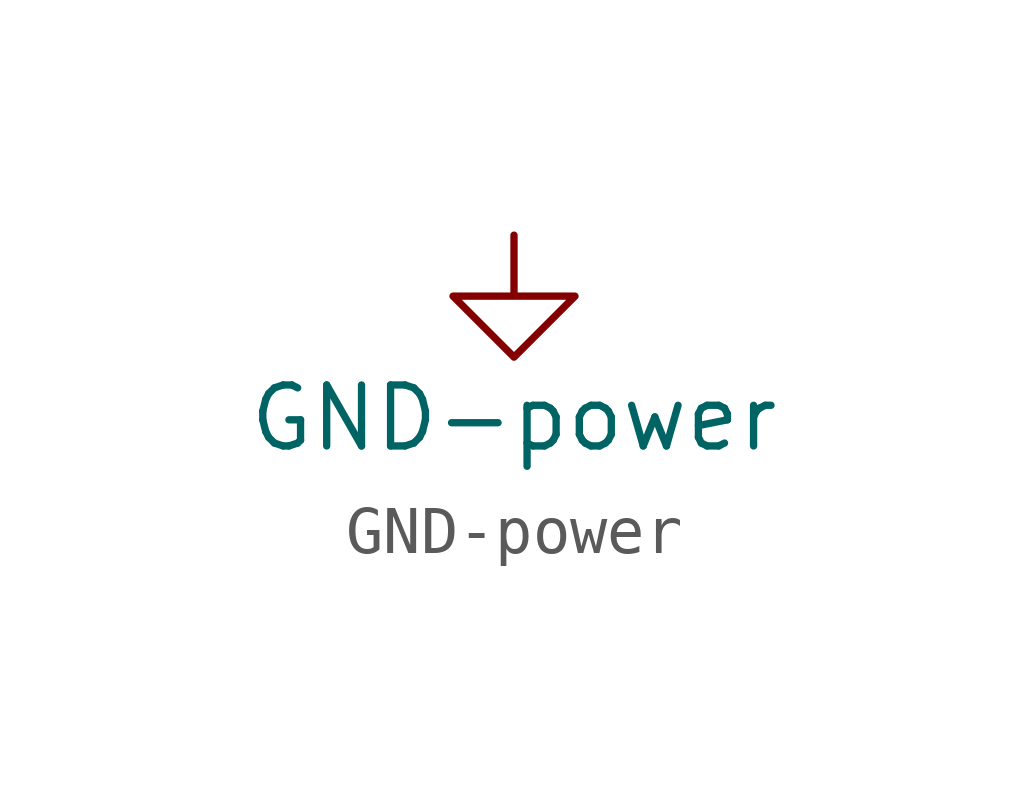
<source format=kicad_sym>
(kicad_symbol_lib
  (version 20200126)
  (host kicad_symbol_editor "(5.99.0-2809-gaceed2b0a4)")
  (symbol "LCD_Board-rescue:GND-power"
    (power)
    (pin_names
      (offset 0))
    (property "Reference" "#PWR"
      (at 0 -6.35 0)
      (effects (font (size 1.27 1.27)) hide))
    (property "Value" "GND-power"
      (at 0 -3.81 0)
      (effects (font (size 1.27 1.27))))
    (symbol "GND-power_0_1"
      (polyline (pts (xy 0 0) (xy 0 -1.27) (xy 1.27 -1.27) (xy 0 -2.54) (xy -1.27 -1.27) (xy 0 -1.27)) (stroke (width 0)) (fill (type none))))
    (symbol "GND-power_1_1"
      (pin power_in line (at 0 0 270) (length 0) hide (name "GND" (effects (font (size 1.27 1.27)))) (number "1" (effects (font (size 1.27 1.27))))))))
</source>
